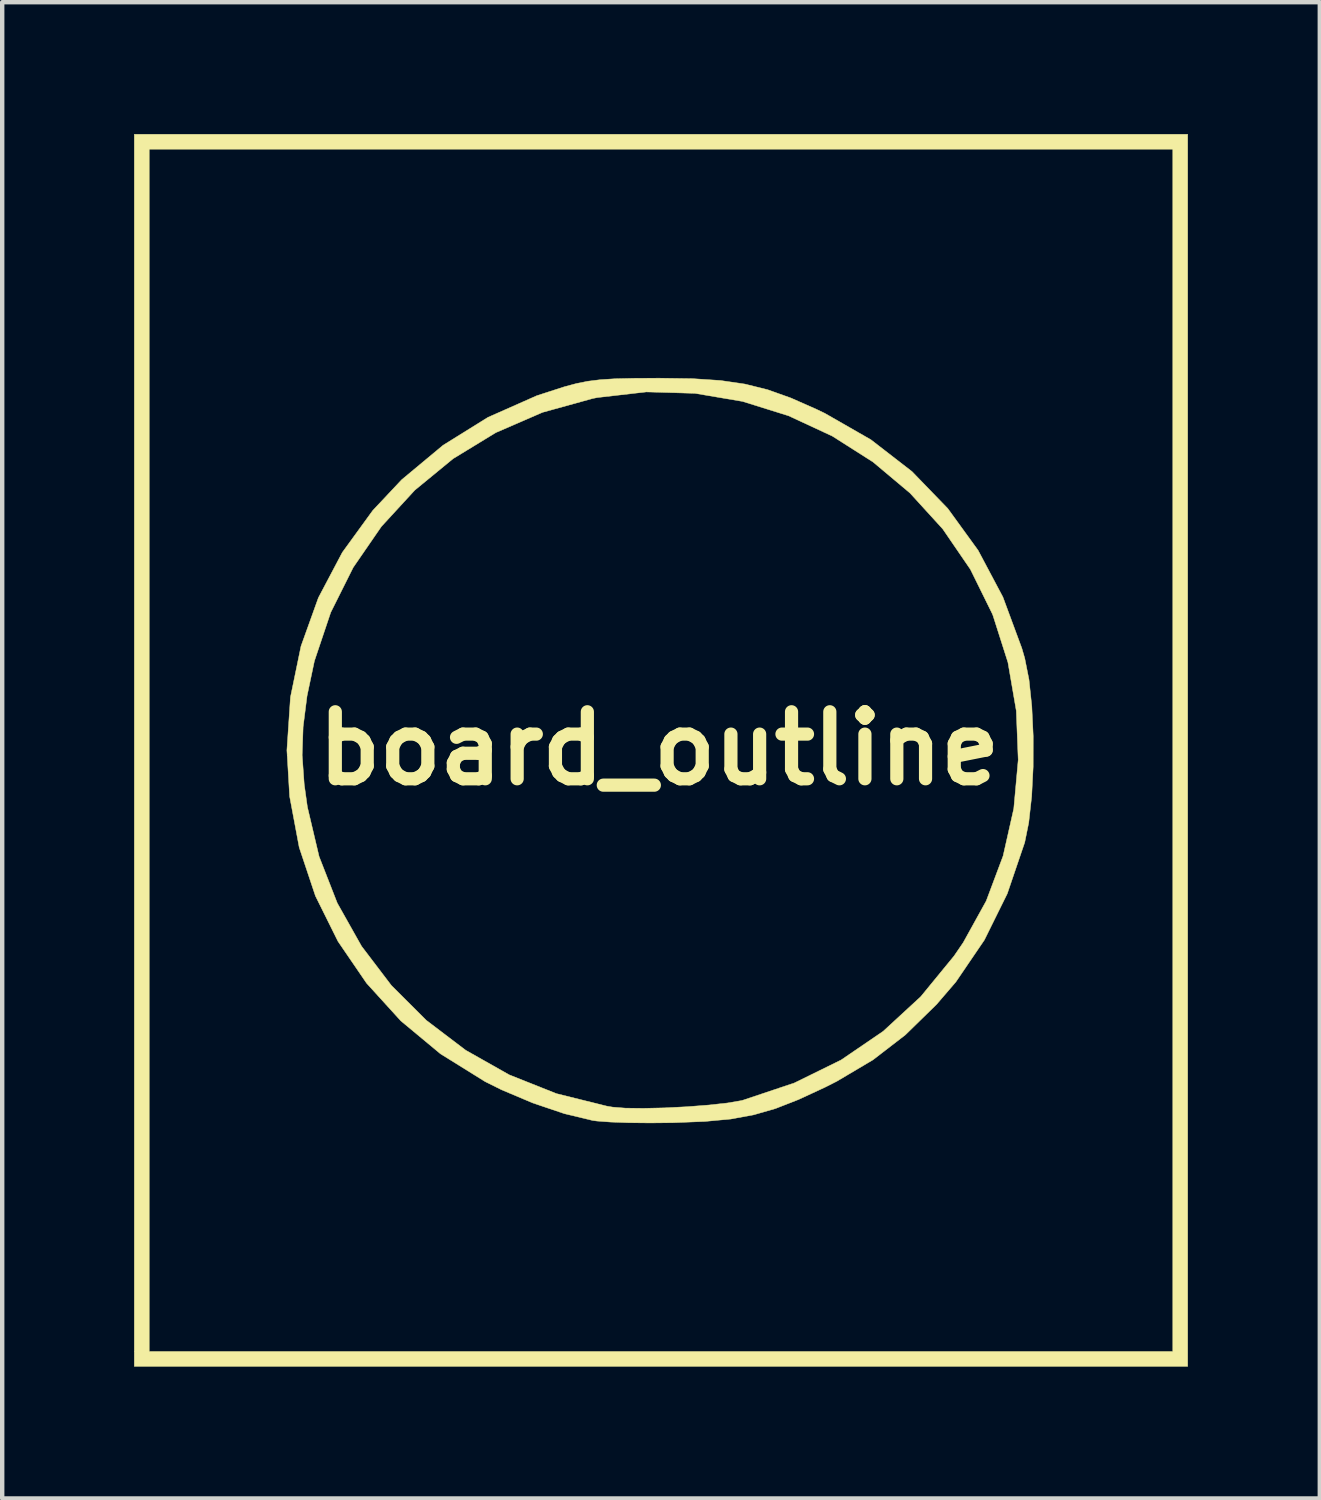
<source format=kicad_pcb>
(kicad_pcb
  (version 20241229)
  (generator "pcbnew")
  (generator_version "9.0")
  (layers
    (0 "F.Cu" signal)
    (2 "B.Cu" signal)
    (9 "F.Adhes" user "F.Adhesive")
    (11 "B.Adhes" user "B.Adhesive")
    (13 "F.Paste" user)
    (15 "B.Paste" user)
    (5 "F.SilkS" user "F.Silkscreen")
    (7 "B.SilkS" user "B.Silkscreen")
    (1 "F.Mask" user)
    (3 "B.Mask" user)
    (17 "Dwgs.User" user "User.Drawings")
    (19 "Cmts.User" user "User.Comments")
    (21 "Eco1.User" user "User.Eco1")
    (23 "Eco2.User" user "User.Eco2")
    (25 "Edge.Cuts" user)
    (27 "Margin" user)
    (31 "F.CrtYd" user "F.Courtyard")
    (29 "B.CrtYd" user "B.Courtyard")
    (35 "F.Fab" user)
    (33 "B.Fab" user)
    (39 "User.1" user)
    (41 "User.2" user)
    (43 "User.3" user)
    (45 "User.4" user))
  (footprint "board_outline"
    (layer "F.Cu")
    (at 11.943 13.975)
    (property "Reference" "board_outline" (at 0 0 0) (layer "F.SilkS") (effects (font (size 1.524 1.524) (thickness 0.3))))
    (attr through_hole)
    (fp_poly (pts (xy 12.023 14.055) (xy -11.938 14.055) (xy -11.938 -13.631) (xy -11.599 -13.631) (xy -11.599 13.716) (xy 11.684 13.716) (xy 11.684 -13.631) (xy -11.599 -13.631) (xy -11.938 -13.631) (xy -11.938 -13.97) (xy 12.023 -13.97) (xy 12.023 14.055)) (stroke (width 0.01) (type solid)) (fill yes) (layer "F.SilkS"))
    (fp_poly (pts (xy 0.76 -8.412) (xy 1.396 -8.37) (xy 1.951 -8.289) (xy 2.47 -8.16) (xy 2.997 -7.972) (xy 3.574 -7.717) (xy 3.768 -7.624) (xy 4.817 -7.023) (xy 5.751 -6.3) (xy 6.565 -5.459) (xy 7.256 -4.506) (xy 7.819 -3.445) (xy 8.25 -2.28) (xy 8.316 -2.053) (xy 8.413 -1.565) (xy 8.477 -0.959) (xy 8.509 -0.283) (xy 8.508 0.416) (xy 8.474 1.089) (xy 8.407 1.688) (xy 8.316 2.137) (xy 7.919 3.303) (xy 7.398 4.357) (xy 6.749 5.311) (xy 6.309 5.823) (xy 5.601 6.515) (xy 4.864 7.083) (xy 4.041 7.571) (xy 3.768 7.709) (xy 3.17 7.986) (xy 2.646 8.191) (xy 2.149 8.334) (xy 1.63 8.429) (xy 1.041 8.484) (xy 0.334 8.512) (xy 0.296 8.513) (xy -0.206 8.518) (xy -0.687 8.513) (xy -1.103 8.498) (xy -1.413 8.475) (xy -1.51 8.462) (xy -2.158 8.306) (xy -2.871 8.065) (xy -3.584 7.764) (xy -3.958 7.578) (xy -4.974 6.946) (xy -5.876 6.196) (xy -6.655 5.339) (xy -7.305 4.388) (xy -7.818 3.355) (xy -8.187 2.251) (xy -8.405 1.089) (xy -8.46 0.153) (xy -8.12 0.153) (xy -8.073 0.818) (xy -8.001 1.331) (xy -7.735 2.457) (xy -7.321 3.517) (xy -6.769 4.498) (xy -6.091 5.39) (xy -5.298 6.182) (xy -4.4 6.864) (xy -3.409 7.424) (xy -2.336 7.851) (xy -1.193 8.135) (xy -1.058 8.158) (xy -0.77 8.181) (xy -0.36 8.186) (xy 0.124 8.175) (xy 0.636 8.149) (xy 1.127 8.111) (xy 1.553 8.064) (xy 1.865 8.011) (xy 1.905 8.001) (xy 3.077 7.608) (xy 4.139 7.086) (xy 5.096 6.433) (xy 5.951 5.645) (xy 6.708 4.721) (xy 6.917 4.415) (xy 7.44 3.469) (xy 7.824 2.445) (xy 8.067 1.368) (xy 8.168 0.259) (xy 8.124 -0.857) (xy 7.934 -1.958) (xy 7.595 -3.021) (xy 7.579 -3.062) (xy 7.08 -4.074) (xy 6.451 -4.993) (xy 5.707 -5.809) (xy 4.865 -6.516) (xy 3.939 -7.105) (xy 2.945 -7.567) (xy 1.898 -7.894) (xy 0.814 -8.078) (xy -0.293 -8.11) (xy -1.405 -7.982) (xy -1.511 -7.961) (xy -2.653 -7.645) (xy -3.714 -7.185) (xy -4.686 -6.592) (xy -5.557 -5.876) (xy -6.318 -5.048) (xy -6.959 -4.117) (xy -7.47 -3.095) (xy -7.841 -1.991) (xy -8.009 -1.194) (xy -8.098 -0.492) (xy -8.12 0.153) (xy -8.46 0.153) (xy -8.467 0.042) (xy -8.386 -1.167) (xy -8.146 -2.328) (xy -7.751 -3.428) (xy -7.206 -4.46) (xy -6.514 -5.413) (xy -5.855 -6.114) (xy -4.916 -6.896) (xy -3.894 -7.532) (xy -2.784 -8.024) (xy -2.157 -8.227) (xy -1.882 -8.301) (xy -1.622 -8.353) (xy -1.34 -8.388) (xy -0.999 -8.41) (xy -0.562 -8.42) (xy 0 -8.423) (xy 0.76 -8.412)) (stroke (width 0.01) (type solid)) (fill yes) (layer "F.SilkS")))
  (gr_rect
    (start -3 -3)
    (end 26.971 31.035)
    (stroke (width 0.1) (type default))
    (fill no)
    (layer "Edge.Cuts")))
</source>
